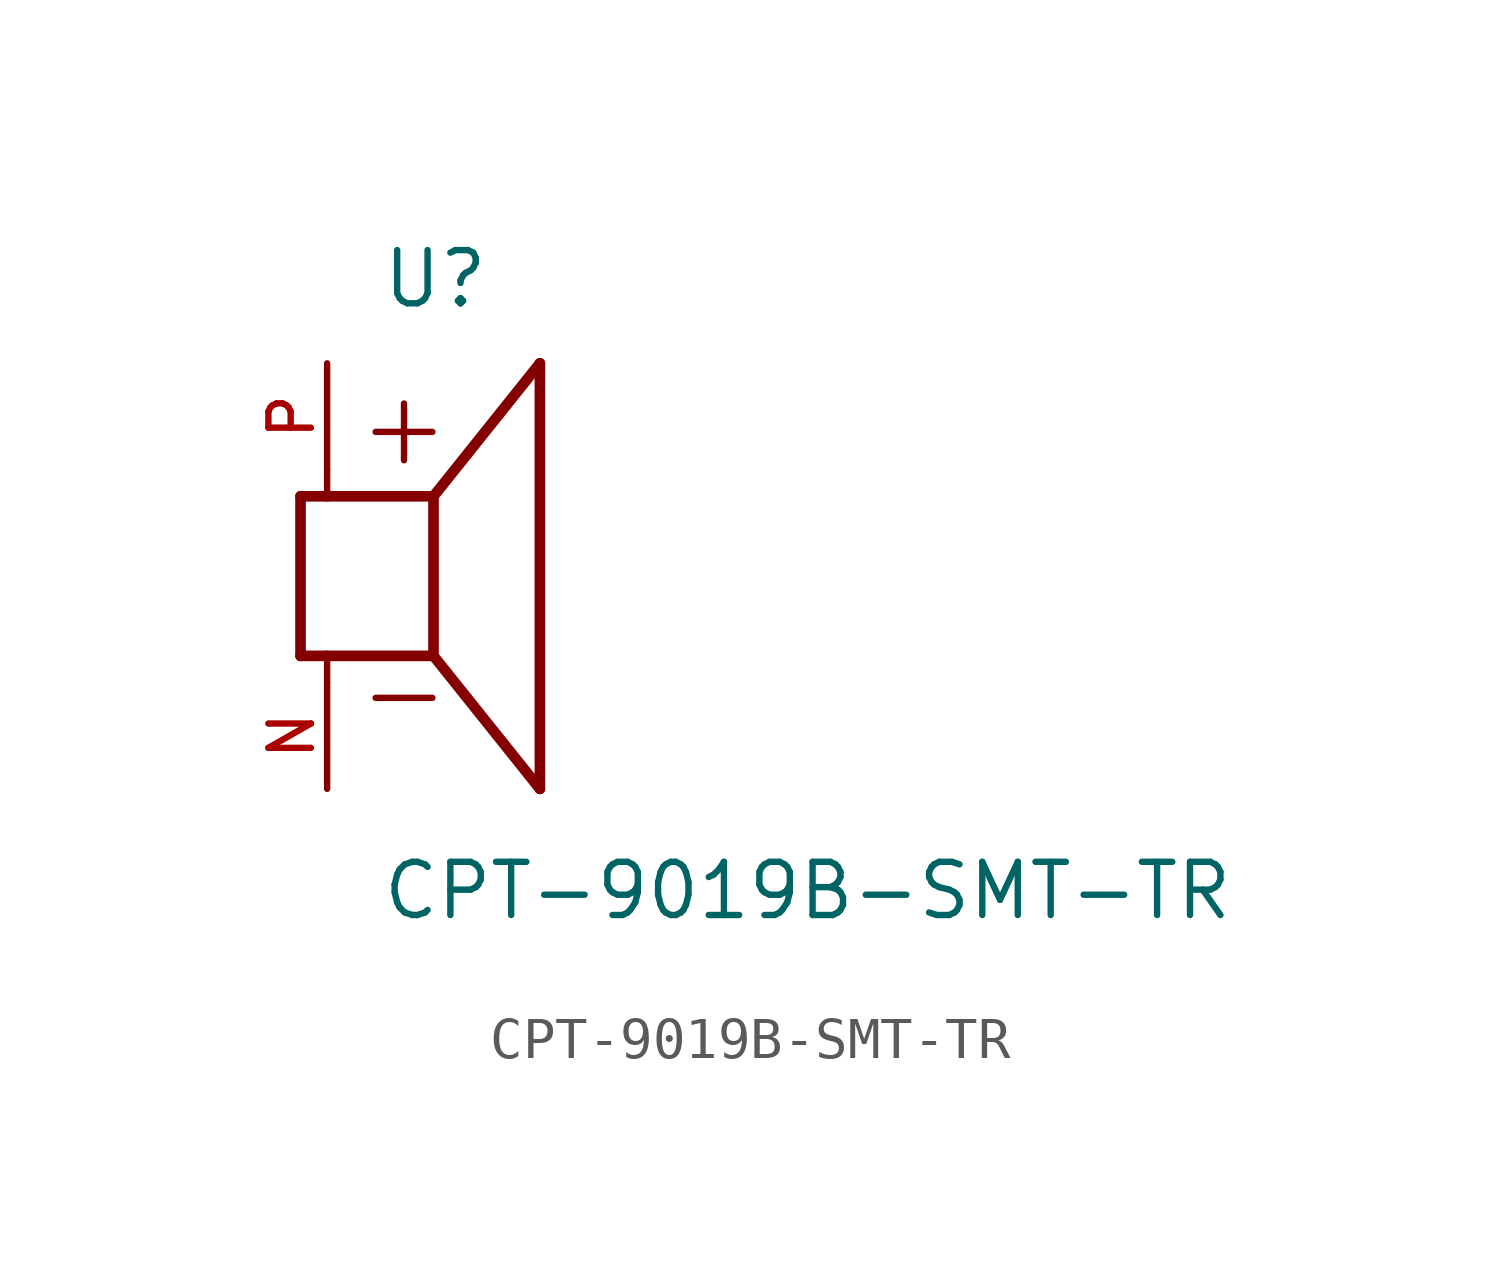
<source format=kicad_sym>
(kicad_symbol_lib
  (version 20241209)
  (generator "kicad_symbol_editor")
  (generator_version "9.0")
  (symbol "CPT-9019B-SMT-TR"
    (pin_names
      (offset 1.016))
    (property "Reference" "U"
      (at -1.27 6.35 0)
      (effects (font (size 1.27 1.27)) (justify left bottom)))
    (property "Value" "CPT-9019B-SMT-TR"
      (at -1.27 -8.255 0)
      (effects (font (size 1.27 1.27)) (justify left bottom)))
    (symbol "CPT-9019B-SMT-TR_0_0"
      (polyline (pts (xy -3.175 1.905) (xy -3.175 -1.905)) (stroke (width 0.254) (type default)) (fill (type none)))
      (polyline (pts (xy -3.175 1.905) (xy -2.54 1.905)) (stroke (width 0.254) (type default)) (fill (type none)))
      (polyline (pts (xy -3.175 -1.905) (xy -2.54 -1.905)) (stroke (width 0.254) (type default)) (fill (type none)))
      (polyline (pts (xy -2.54 2.54) (xy -2.54 1.905)) (stroke (width 0.152) (type default)) (fill (type none)))
      (polyline (pts (xy -2.54 1.905) (xy 0 1.905)) (stroke (width 0.254) (type default)) (fill (type none)))
      (polyline (pts (xy -2.54 -1.905) (xy 0 -1.905)) (stroke (width 0.254) (type default)) (fill (type none)))
      (polyline (pts (xy -2.54 -2.54) (xy -2.54 -1.905)) (stroke (width 0.152) (type default)) (fill (type none)))
      (polyline (pts (xy 0 1.905) (xy 2.54 5.08)) (stroke (width 0.254) (type default)) (fill (type none)))
      (polyline (pts (xy 0 -1.905) (xy 0 1.905)) (stroke (width 0.254) (type default)) (fill (type none)))
      (polyline (pts (xy 0 -1.905) (xy 2.54 -5.08)) (stroke (width 0.254) (type default)) (fill (type none)))
      (polyline (pts (xy 2.54 -5.08) (xy 2.54 5.08)) (stroke (width 0.254) (type default)) (fill (type none)))
      (text "+" (at -1.905 2.54 0) (effects (font (size 1.778 1.778)) (justify left bottom)))
      (text "-" (at -1.905 -3.81 0) (effects (font (size 1.778 1.778)) (justify left bottom))))
    (symbol "CPT-9019B-SMT-TR_1_0"
      (pin passive line (at -2.54 5.08 270) (length 2.54) (name "~" (effects (font (size 1.016 1.016)))) (number "P" (effects (font (size 1.016 1.016)))))
      (pin passive line (at -2.54 -5.08 90) (length 2.54) (name "~" (effects (font (size 1.016 1.016)))) (number "N" (effects (font (size 1.016 1.016))))))))
</source>
